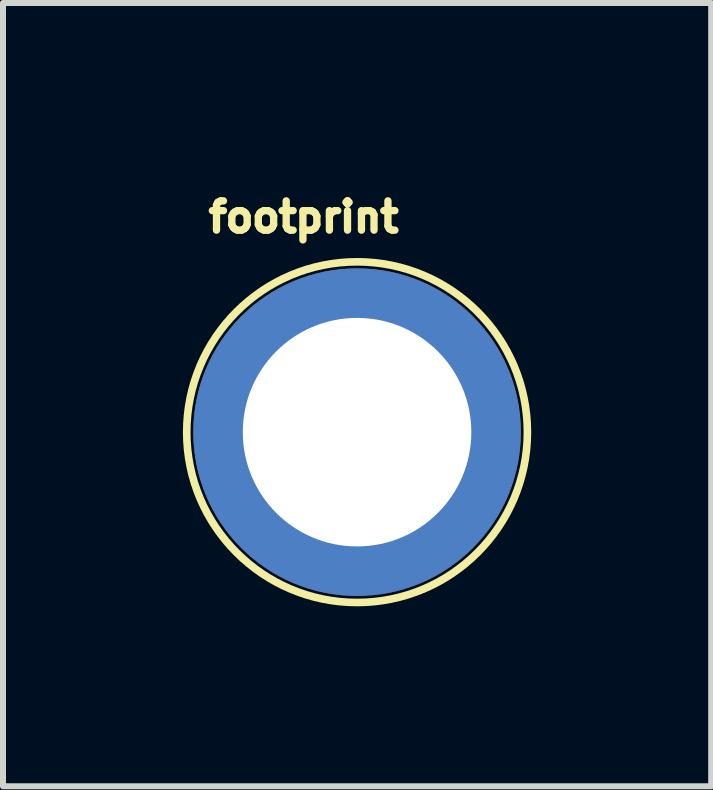
<source format=kicad_pcb>
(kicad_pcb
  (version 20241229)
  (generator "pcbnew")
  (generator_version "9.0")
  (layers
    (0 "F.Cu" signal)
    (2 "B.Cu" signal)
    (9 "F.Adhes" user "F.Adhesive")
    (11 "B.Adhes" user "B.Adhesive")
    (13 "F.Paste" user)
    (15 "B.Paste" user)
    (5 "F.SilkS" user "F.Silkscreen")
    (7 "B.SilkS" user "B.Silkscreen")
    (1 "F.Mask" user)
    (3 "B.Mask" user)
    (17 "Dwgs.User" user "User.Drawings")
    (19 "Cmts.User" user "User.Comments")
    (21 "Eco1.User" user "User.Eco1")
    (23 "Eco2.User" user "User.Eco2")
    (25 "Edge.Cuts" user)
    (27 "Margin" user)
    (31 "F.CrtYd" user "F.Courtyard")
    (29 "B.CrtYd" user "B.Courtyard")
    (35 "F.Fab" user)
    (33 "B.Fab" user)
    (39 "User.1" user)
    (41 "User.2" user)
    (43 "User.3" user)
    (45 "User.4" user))
  (footprint "footprint"
    (layer "F.Cu")
    (at 2.903 4.155)
    (property "Reference" "footprint" (at -2.54 -3.302 0) (layer "F.SilkS") (effects (font (size 0.488 0.488) (thickness 0.122)) (justify left bottom)))
    (fp_circle (center 0 0) (end 2.84 0) (stroke (width 0.127) (type solid)) (fill no) (layer "F.SilkS"))
    (pad "P$1" thru_hole circle (at 0 0) (size 5.461 5.461) (drill 3.81) (layers "*.Cu" "*.Mask")))
  (gr_rect
    (start -3 -3)
    (end 8.807 10.059)
    (stroke (width 0.1) (type default))
    (fill no)
    (layer "Edge.Cuts")))
</source>
